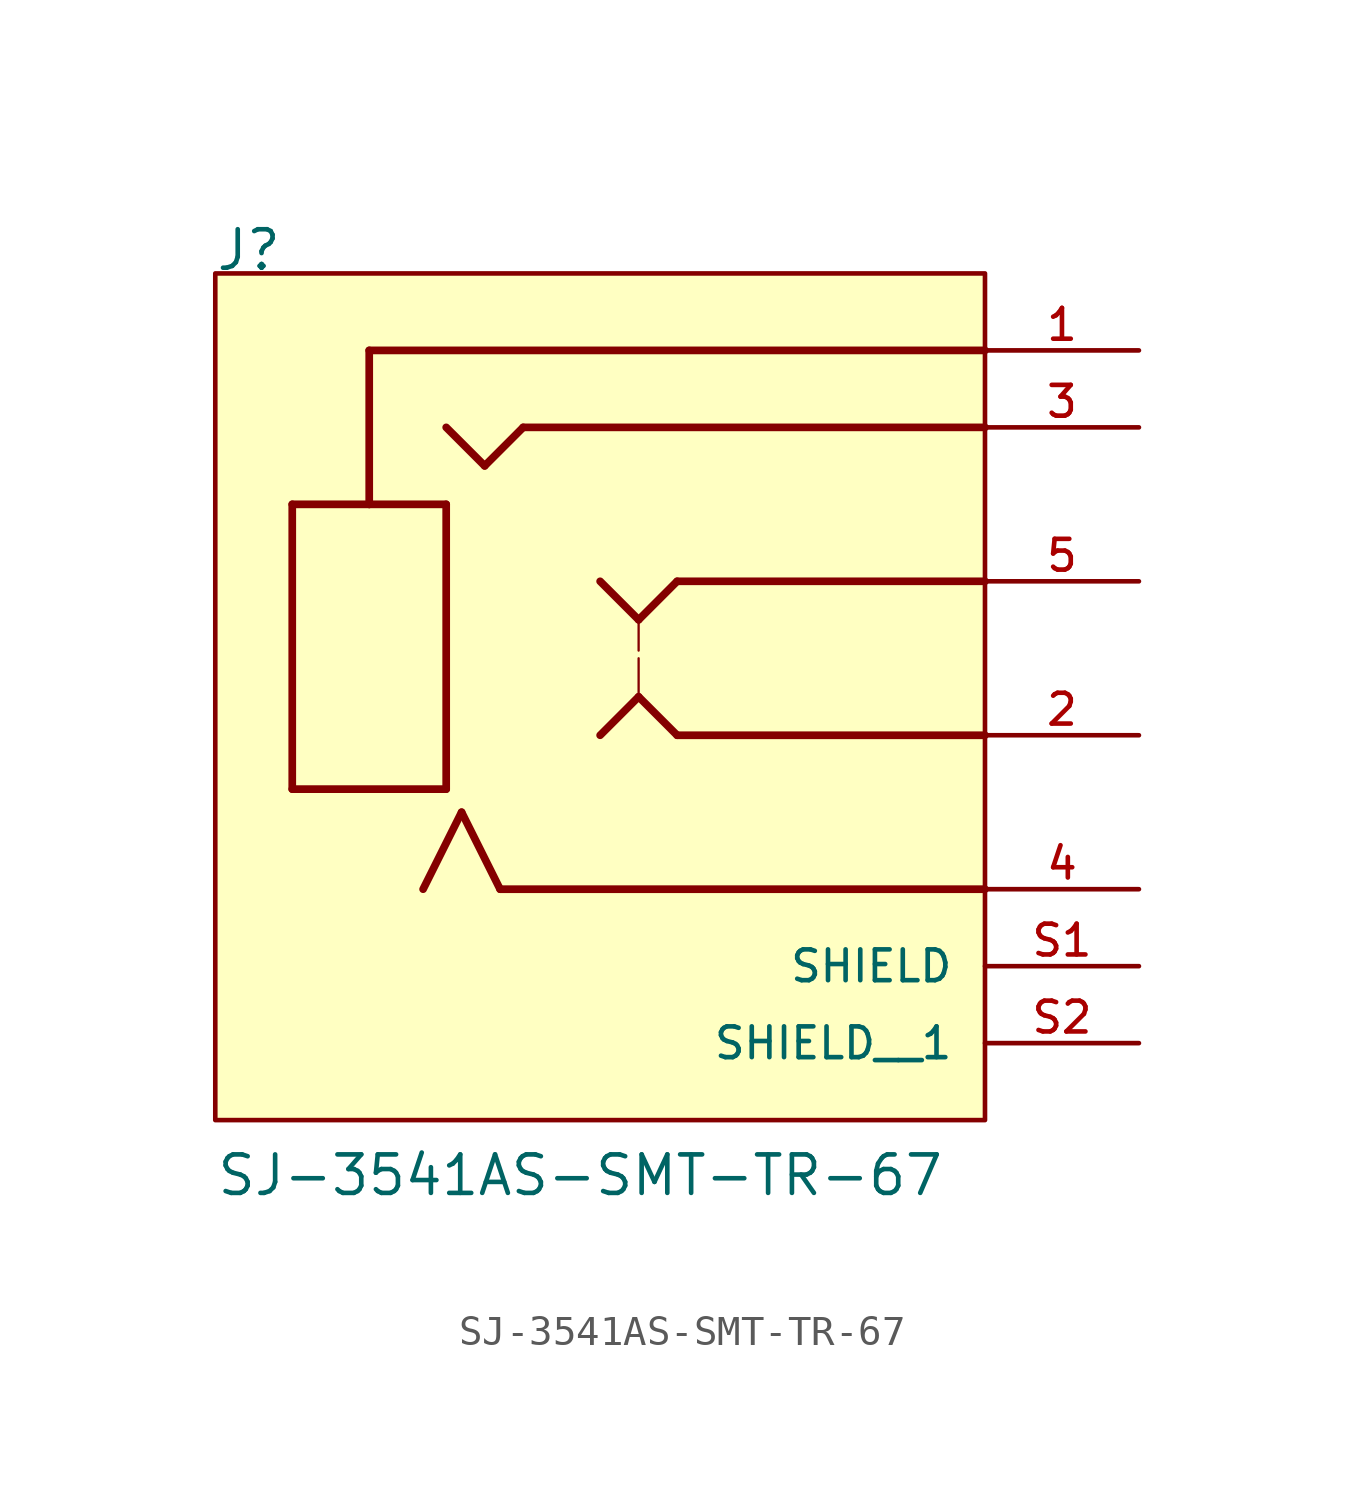
<source format=kicad_sym>
(kicad_symbol_lib
  (version 20220914)
  (generator kicad_symbol_editor)
  (symbol "SJ-3541AS-SMT-TR-67"
    (pin_names
      (offset 1.016))
    (property "Reference" "J"
      (at -12.725 12.725 0)
      (effects (font (size 1.27 1.27)) (justify left bottom)))
    (property "Value" "SJ-3541AS-SMT-TR-67"
      (at -12.7 -17.805 0)
      (effects (font (size 1.27 1.27)) (justify left bottom)))
    (property "ki_locked" ""
      (at 0 0 0)
      (effects (font (size 1.27 1.27))))
    (symbol "SJ-3541AS-SMT-TR-67_0_0"
      (polyline (pts (xy -10.16 -4.318) (xy -5.08 -4.318)) (stroke (width 0.254) (type solid)) (fill (type none)))
      (polyline (pts (xy -10.16 5.08) (xy -10.16 -4.318)) (stroke (width 0.254) (type solid)) (fill (type none)))
      (polyline (pts (xy -7.62 5.08) (xy -10.16 5.08)) (stroke (width 0.254) (type solid)) (fill (type none)))
      (polyline (pts (xy -7.62 5.08) (xy -7.62 10.16)) (stroke (width 0.254) (type solid)) (fill (type none)))
      (polyline (pts (xy -7.62 10.16) (xy 12.7 10.16)) (stroke (width 0.254) (type solid)) (fill (type none)))
      (polyline (pts (xy -5.842 -7.62) (xy -4.572 -5.08)) (stroke (width 0.254) (type solid)) (fill (type none)))
      (polyline (pts (xy -5.08 -4.318) (xy -5.08 5.08)) (stroke (width 0.254) (type solid)) (fill (type none)))
      (polyline (pts (xy -5.08 5.08) (xy -7.62 5.08)) (stroke (width 0.254) (type solid)) (fill (type none)))
      (polyline (pts (xy -5.08 7.62) (xy -3.81 6.35)) (stroke (width 0.254) (type solid)) (fill (type none)))
      (polyline (pts (xy -4.572 -5.08) (xy -3.302 -7.62)) (stroke (width 0.254) (type solid)) (fill (type none)))
      (polyline (pts (xy -3.81 6.35) (xy -2.54 7.62)) (stroke (width 0.254) (type solid)) (fill (type none)))
      (polyline (pts (xy -3.302 -7.62) (xy 12.7 -7.62)) (stroke (width 0.254) (type solid)) (fill (type none)))
      (polyline (pts (xy -2.54 7.62) (xy 12.7 7.62)) (stroke (width 0.254) (type solid)) (fill (type none)))
      (polyline (pts (xy 0 -2.54) (xy 1.27 -1.27)) (stroke (width 0.254) (type solid)) (fill (type none)))
      (polyline (pts (xy 0 2.54) (xy 1.27 1.27)) (stroke (width 0.254) (type solid)) (fill (type none)))
      (polyline (pts (xy 1.27 -1.27) (xy 2.54 -2.54)) (stroke (width 0.254) (type solid)) (fill (type none)))
      (polyline (pts (xy 1.27 0) (xy 1.27 -1.27)) (stroke (width 0.076) (type solid)) (fill (type none)))
      (polyline (pts (xy 1.27 1.27) (xy 1.27 0.254)) (stroke (width 0.076) (type solid)) (fill (type none)))
      (polyline (pts (xy 1.27 1.27) (xy 2.54 2.54)) (stroke (width 0.254) (type solid)) (fill (type none)))
      (polyline (pts (xy 2.54 -2.54) (xy 12.7 -2.54)) (stroke (width 0.254) (type solid)) (fill (type none)))
      (polyline (pts (xy 2.54 2.54) (xy 12.7 2.54)) (stroke (width 0.254) (type solid)) (fill (type none)))
      (pin passive line (at 17.78 10.16 180) (length 5.08) (name "~" (effects (font (size 1.016 1.016)))) (number "1" (effects (font (size 1.016 1.016)))))
      (pin passive line (at 17.78 -2.54 180) (length 5.08) (name "~" (effects (font (size 1.016 1.016)))) (number "2" (effects (font (size 1.016 1.016)))))
      (pin passive line (at 17.78 7.62 180) (length 5.08) (name "~" (effects (font (size 1.016 1.016)))) (number "3" (effects (font (size 1.016 1.016)))))
      (pin passive line (at 17.78 -7.62 180) (length 5.08) (name "~" (effects (font (size 1.016 1.016)))) (number "4" (effects (font (size 1.016 1.016)))))
      (pin passive line (at 17.78 2.54 180) (length 5.08) (name "~" (effects (font (size 1.016 1.016)))) (number "5" (effects (font (size 1.016 1.016)))))
      (pin passive line (at 17.78 -10.16 180) (length 5.08) (name "SHIELD" (effects (font (size 1.016 1.016)))) (number "S1" (effects (font (size 1.016 1.016)))))
      (pin passive line (at 17.78 -12.7 180) (length 5.08) (name "SHIELD__1" (effects (font (size 1.016 1.016)))) (number "S2" (effects (font (size 1.016 1.016))))))
    (symbol "SJ-3541AS-SMT-TR-67_1_0"
      (rectangle (start -12.7 12.7) (end 12.7 -15.24) (stroke (width 0) (type default)) (fill (type background))))))
</source>
